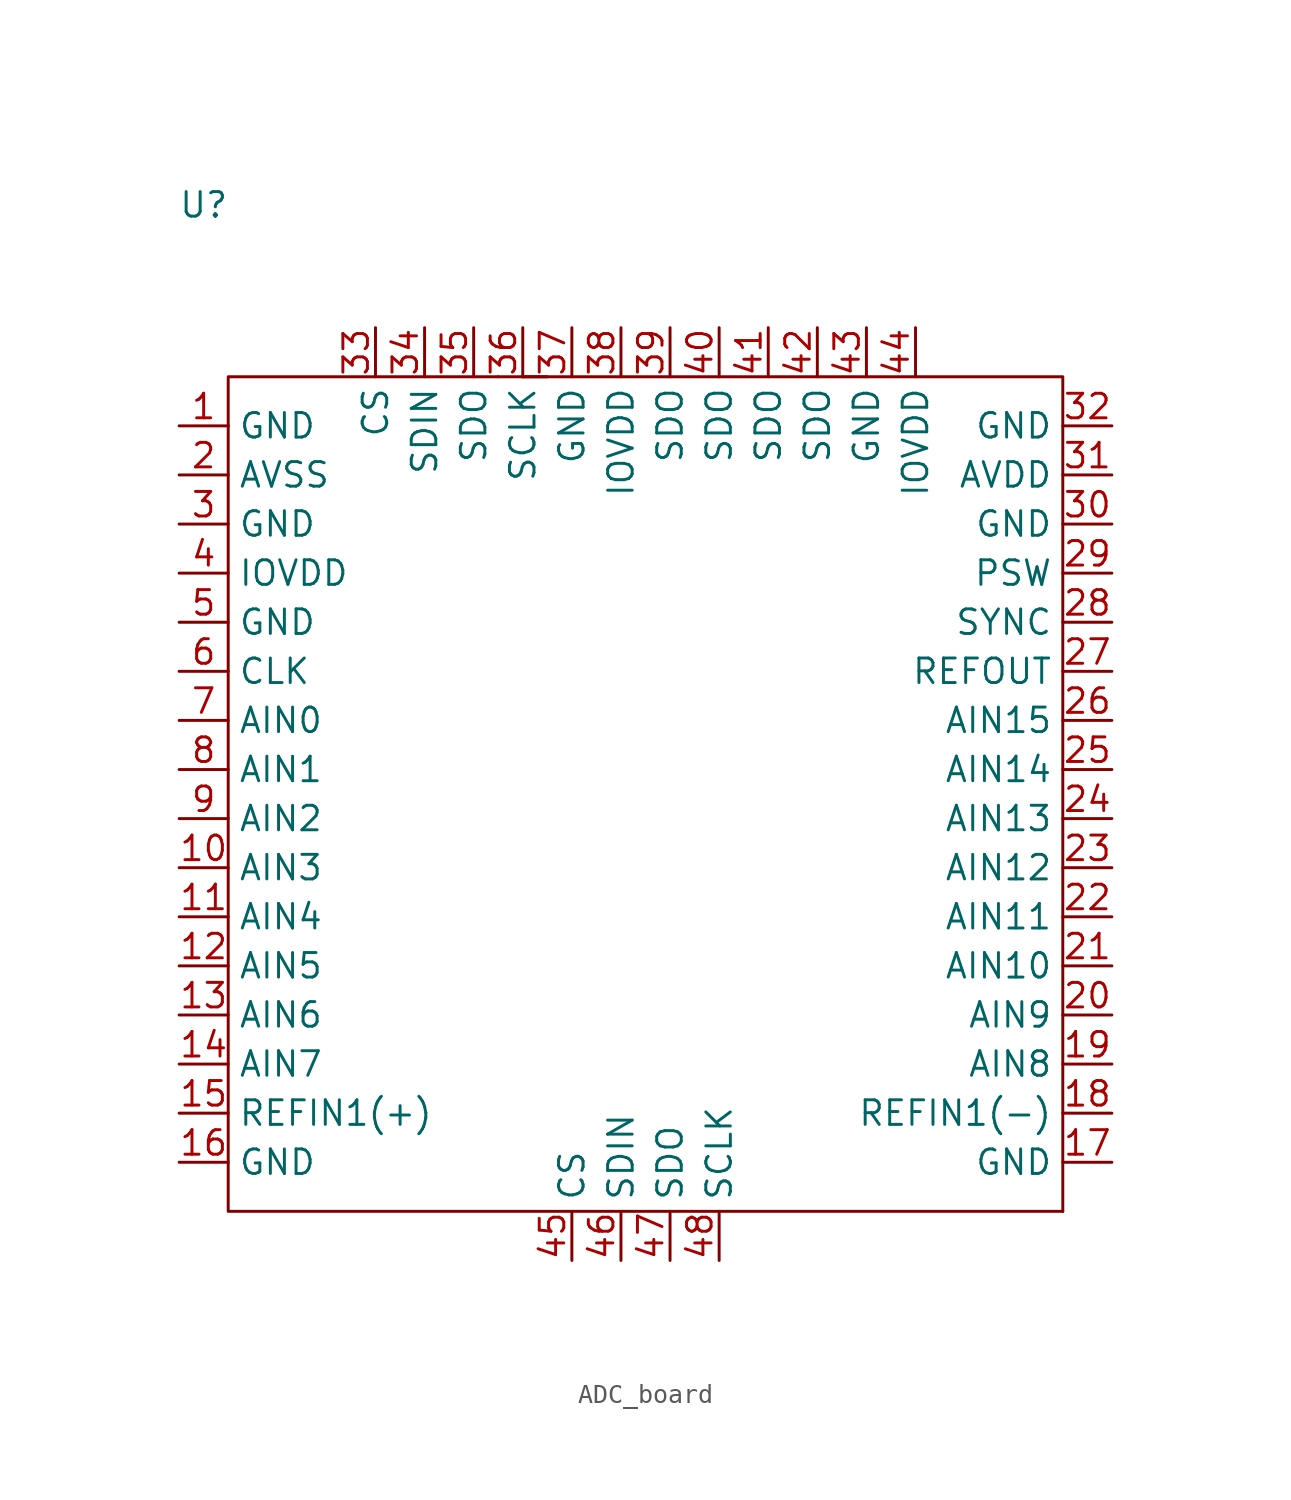
<source format=kicad_sym>
(kicad_symbol_lib
  (version 20220914)
  (generator kicad_symbol_editor)
  (symbol "ADC_board"
    (property "Reference" "U"
      (at 8.89 60.96 0)
      (effects (font (size 1.27 1.27))))
    (property "Value" ""
      (at 8.89 60.96 0)
      (effects (font (size 1.27 1.27))))
    (symbol "ADC_board_0_1"
      (polyline (pts (xy 24.13 52.07) (xy 25.4 52.07)) (stroke (width 0) (type default)) (fill (type none)))
      (polyline (pts (xy 26.67 52.07) (xy 25.4 52.07)) (stroke (width 0) (type default)) (fill (type none)))
      (polyline (pts (xy 10.16 49.53) (xy 10.16 8.89) (xy 53.34 8.89)) (stroke (width 0) (type default)) (fill (type none)))
      (polyline (pts (xy 10.16 49.53) (xy 10.16 52.07) (xy 24.13 52.07)) (stroke (width 0) (type default)) (fill (type none)))
      (polyline (pts (xy 53.34 8.89) (xy 53.34 52.07) (xy 25.4 52.07)) (stroke (width 0) (type default)) (fill (type none))))
    (symbol "ADC_board_1_1"
      (pin input line (at 7.62 49.53 0) (length 2.54) (name "GND" (effects (font (size 1.27 1.27)))) (number "1" (effects (font (size 1.27 1.27)))))
      (pin input line (at 7.62 26.67 0) (length 2.54) (name "AIN3" (effects (font (size 1.27 1.27)))) (number "10" (effects (font (size 1.27 1.27)))))
      (pin input line (at 7.62 24.13 0) (length 2.54) (name "AIN4" (effects (font (size 1.27 1.27)))) (number "11" (effects (font (size 1.27 1.27)))))
      (pin input line (at 7.62 21.59 0) (length 2.54) (name "AIN5" (effects (font (size 1.27 1.27)))) (number "12" (effects (font (size 1.27 1.27)))))
      (pin input line (at 7.62 19.05 0) (length 2.54) (name "AIN6" (effects (font (size 1.27 1.27)))) (number "13" (effects (font (size 1.27 1.27)))))
      (pin input line (at 7.62 16.51 0) (length 2.54) (name "AIN7" (effects (font (size 1.27 1.27)))) (number "14" (effects (font (size 1.27 1.27)))))
      (pin input line (at 7.62 13.97 0) (length 2.54) (name "REFIN1(+)" (effects (font (size 1.27 1.27)))) (number "15" (effects (font (size 1.27 1.27)))))
      (pin input line (at 7.62 11.43 0) (length 2.54) (name "GND" (effects (font (size 1.27 1.27)))) (number "16" (effects (font (size 1.27 1.27)))))
      (pin input line (at 55.88 11.43 180) (length 2.54) (name "GND" (effects (font (size 1.27 1.27)))) (number "17" (effects (font (size 1.27 1.27)))))
      (pin input line (at 55.88 13.97 180) (length 2.54) (name "REFIN1(-)" (effects (font (size 1.27 1.27)))) (number "18" (effects (font (size 1.27 1.27)))))
      (pin input line (at 55.88 16.51 180) (length 2.54) (name "AIN8" (effects (font (size 1.27 1.27)))) (number "19" (effects (font (size 1.27 1.27)))))
      (pin input line (at 7.62 46.99 0) (length 2.54) (name "AVSS" (effects (font (size 1.27 1.27)))) (number "2" (effects (font (size 1.27 1.27)))))
      (pin input line (at 55.88 19.05 180) (length 2.54) (name "AIN9" (effects (font (size 1.27 1.27)))) (number "20" (effects (font (size 1.27 1.27)))))
      (pin input line (at 55.88 21.59 180) (length 2.54) (name "AIN10" (effects (font (size 1.27 1.27)))) (number "21" (effects (font (size 1.27 1.27)))))
      (pin input line (at 55.88 24.13 180) (length 2.54) (name "AIN11" (effects (font (size 1.27 1.27)))) (number "22" (effects (font (size 1.27 1.27)))))
      (pin input line (at 55.88 26.67 180) (length 2.54) (name "AIN12" (effects (font (size 1.27 1.27)))) (number "23" (effects (font (size 1.27 1.27)))))
      (pin input line (at 55.88 29.21 180) (length 2.54) (name "AIN13" (effects (font (size 1.27 1.27)))) (number "24" (effects (font (size 1.27 1.27)))))
      (pin input line (at 55.88 31.75 180) (length 2.54) (name "AIN14" (effects (font (size 1.27 1.27)))) (number "25" (effects (font (size 1.27 1.27)))))
      (pin input line (at 55.88 34.29 180) (length 2.54) (name "AIN15" (effects (font (size 1.27 1.27)))) (number "26" (effects (font (size 1.27 1.27)))))
      (pin input line (at 55.88 36.83 180) (length 2.54) (name "REFOUT" (effects (font (size 1.27 1.27)))) (number "27" (effects (font (size 1.27 1.27)))))
      (pin input line (at 55.88 39.37 180) (length 2.54) (name "SYNC" (effects (font (size 1.27 1.27)))) (number "28" (effects (font (size 1.27 1.27)))))
      (pin input line (at 55.88 41.91 180) (length 2.54) (name "PSW" (effects (font (size 1.27 1.27)))) (number "29" (effects (font (size 1.27 1.27)))))
      (pin input line (at 7.62 44.45 0) (length 2.54) (name "GND" (effects (font (size 1.27 1.27)))) (number "3" (effects (font (size 1.27 1.27)))))
      (pin input line (at 55.88 44.45 180) (length 2.54) (name "GND" (effects (font (size 1.27 1.27)))) (number "30" (effects (font (size 1.27 1.27)))))
      (pin input line (at 55.88 46.99 180) (length 2.54) (name "AVDD" (effects (font (size 1.27 1.27)))) (number "31" (effects (font (size 1.27 1.27)))))
      (pin input line (at 55.88 49.53 180) (length 2.54) (name "GND" (effects (font (size 1.27 1.27)))) (number "32" (effects (font (size 1.27 1.27)))))
      (pin input line (at 17.78 54.61 270) (length 2.54) (name "CS" (effects (font (size 1.27 1.27)))) (number "33" (effects (font (size 1.27 1.27)))))
      (pin input line (at 20.32 54.61 270) (length 2.54) (name "SDIN" (effects (font (size 1.27 1.27)))) (number "34" (effects (font (size 1.27 1.27)))))
      (pin input line (at 22.86 54.61 270) (length 2.54) (name "SDO" (effects (font (size 1.27 1.27)))) (number "35" (effects (font (size 1.27 1.27)))))
      (pin input line (at 25.4 54.61 270) (length 2.54) (name "SCLK" (effects (font (size 1.27 1.27)))) (number "36" (effects (font (size 1.27 1.27)))))
      (pin input line (at 27.94 54.61 270) (length 2.54) (name "GND" (effects (font (size 1.27 1.27)))) (number "37" (effects (font (size 1.27 1.27)))))
      (pin input line (at 30.48 54.61 270) (length 2.54) (name "IOVDD" (effects (font (size 1.27 1.27)))) (number "38" (effects (font (size 1.27 1.27)))))
      (pin input line (at 33.02 54.61 270) (length 2.54) (name "SDO" (effects (font (size 1.27 1.27)))) (number "39" (effects (font (size 1.27 1.27)))))
      (pin input line (at 7.62 41.91 0) (length 2.54) (name "IOVDD" (effects (font (size 1.27 1.27)))) (number "4" (effects (font (size 1.27 1.27)))))
      (pin input line (at 35.56 54.61 270) (length 2.54) (name "SDO" (effects (font (size 1.27 1.27)))) (number "40" (effects (font (size 1.27 1.27)))))
      (pin input line (at 38.1 54.61 270) (length 2.54) (name "SDO" (effects (font (size 1.27 1.27)))) (number "41" (effects (font (size 1.27 1.27)))))
      (pin input line (at 40.64 54.61 270) (length 2.54) (name "SDO" (effects (font (size 1.27 1.27)))) (number "42" (effects (font (size 1.27 1.27)))))
      (pin input line (at 43.18 54.61 270) (length 2.54) (name "GND" (effects (font (size 1.27 1.27)))) (number "43" (effects (font (size 1.27 1.27)))))
      (pin input line (at 45.72 54.61 270) (length 2.54) (name "IOVDD" (effects (font (size 1.27 1.27)))) (number "44" (effects (font (size 1.27 1.27)))))
      (pin input line (at 27.94 6.35 90) (length 2.54) (name "CS" (effects (font (size 1.27 1.27)))) (number "45" (effects (font (size 1.27 1.27)))))
      (pin input line (at 30.48 6.35 90) (length 2.54) (name "SDIN" (effects (font (size 1.27 1.27)))) (number "46" (effects (font (size 1.27 1.27)))))
      (pin input line (at 33.02 6.35 90) (length 2.54) (name "SDO" (effects (font (size 1.27 1.27)))) (number "47" (effects (font (size 1.27 1.27)))))
      (pin input line (at 35.56 6.35 90) (length 2.54) (name "SCLK" (effects (font (size 1.27 1.27)))) (number "48" (effects (font (size 1.27 1.27)))))
      (pin input line (at 7.62 39.37 0) (length 2.54) (name "GND" (effects (font (size 1.27 1.27)))) (number "5" (effects (font (size 1.27 1.27)))))
      (pin input line (at 7.62 36.83 0) (length 2.54) (name "CLK" (effects (font (size 1.27 1.27)))) (number "6" (effects (font (size 1.27 1.27)))))
      (pin input line (at 7.62 34.29 0) (length 2.54) (name "AIN0" (effects (font (size 1.27 1.27)))) (number "7" (effects (font (size 1.27 1.27)))))
      (pin input line (at 7.62 31.75 0) (length 2.54) (name "AIN1" (effects (font (size 1.27 1.27)))) (number "8" (effects (font (size 1.27 1.27)))))
      (pin input line (at 7.62 29.21 0) (length 2.54) (name "AIN2" (effects (font (size 1.27 1.27)))) (number "9" (effects (font (size 1.27 1.27))))))))
</source>
